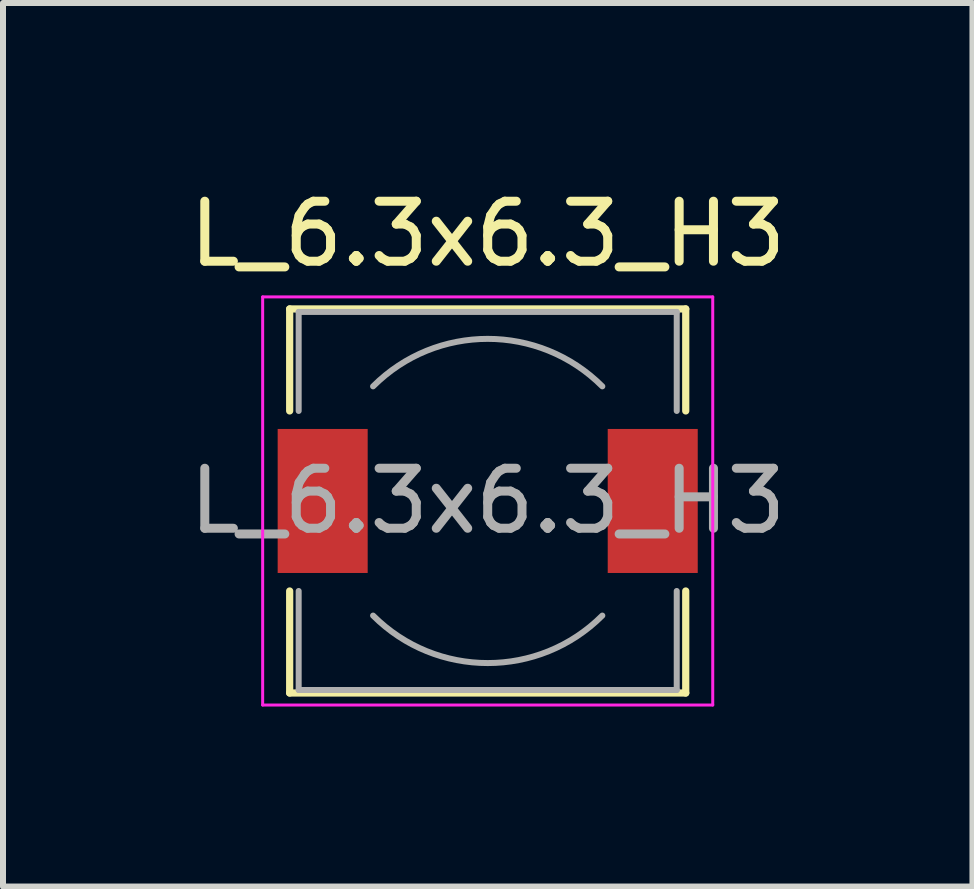
<source format=kicad_pcb>
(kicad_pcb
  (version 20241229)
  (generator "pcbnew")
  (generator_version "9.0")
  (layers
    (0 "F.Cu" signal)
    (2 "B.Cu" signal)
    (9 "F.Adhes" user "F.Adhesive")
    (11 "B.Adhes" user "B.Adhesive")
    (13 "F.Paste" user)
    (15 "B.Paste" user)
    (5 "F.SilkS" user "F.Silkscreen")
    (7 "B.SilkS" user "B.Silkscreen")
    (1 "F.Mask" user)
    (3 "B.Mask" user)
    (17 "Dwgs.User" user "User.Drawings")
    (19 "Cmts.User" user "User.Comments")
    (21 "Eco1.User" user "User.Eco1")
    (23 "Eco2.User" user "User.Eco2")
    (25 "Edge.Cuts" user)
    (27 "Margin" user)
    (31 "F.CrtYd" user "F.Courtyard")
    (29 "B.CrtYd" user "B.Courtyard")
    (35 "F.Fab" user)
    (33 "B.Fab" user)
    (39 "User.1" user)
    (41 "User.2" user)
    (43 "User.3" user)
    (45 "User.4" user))
  (footprint "L_6.3x6.3_H3"
    (layer "F.Cu")
    (at 5.077 5.298)
    (property "Reference" "L_6.3x6.3_H3" (at 0 -4.45 0) (layer "F.SilkS") (effects (font (size 1 1) (thickness 0.15))))
    (attr smd)
    (fp_line (start -3.3 -3.2) (end 3.3 -3.2) (stroke (width 0.12) (type solid)) (layer "F.SilkS"))
    (fp_line (start -3.3 -1.5) (end -3.3 -3.2) (stroke (width 0.12) (type solid)) (layer "F.SilkS"))
    (fp_line (start -3.3 3.2) (end -3.3 1.5) (stroke (width 0.12) (type solid)) (layer "F.SilkS"))
    (fp_line (start 3.3 -3.2) (end 3.3 -1.5) (stroke (width 0.12) (type solid)) (layer "F.SilkS"))
    (fp_line (start 3.3 1.5) (end 3.3 3.2) (stroke (width 0.12) (type solid)) (layer "F.SilkS"))
    (fp_line (start 3.3 3.2) (end -3.3 3.2) (stroke (width 0.12) (type solid)) (layer "F.SilkS"))
    (fp_line (start -3.75 -3.4) (end -3.75 3.4) (stroke (width 0.05) (type solid)) (layer "F.CrtYd"))
    (fp_line (start -3.75 3.4) (end 3.75 3.4) (stroke (width 0.05) (type solid)) (layer "F.CrtYd"))
    (fp_line (start 3.75 -3.4) (end -3.75 -3.4) (stroke (width 0.05) (type solid)) (layer "F.CrtYd"))
    (fp_line (start 3.75 3.4) (end 3.75 -3.4) (stroke (width 0.05) (type solid)) (layer "F.CrtYd"))
    (fp_line (start -3.15 -3.15) (end -3.15 -1.5) (stroke (width 0.1) (type solid)) (layer "F.Fab"))
    (fp_line (start -3.15 -3.15) (end 3.15 -3.15) (stroke (width 0.1) (type solid)) (layer "F.Fab"))
    (fp_line (start -3.15 3.15) (end -3.15 1.5) (stroke (width 0.1) (type solid)) (layer "F.Fab"))
    (fp_line (start -3.15 3.15) (end 3.15 3.15) (stroke (width 0.1) (type solid)) (layer "F.Fab"))
    (fp_line (start 3.15 -3.15) (end 3.15 -1.5) (stroke (width 0.1) (type solid)) (layer "F.Fab"))
    (fp_line (start 3.15 3.15) (end 3.15 1.5) (stroke (width 0.1) (type solid)) (layer "F.Fab"))
    (fp_arc (start -1.91 -1.91) (mid 0 -2.701148) (end 1.91 -1.91) (stroke (width 0.1) (type solid)) (layer "F.Fab"))
    (fp_arc (start 1.91 1.91) (mid 0 2.701148) (end -1.91 1.91) (stroke (width 0.1) (type solid)) (layer "F.Fab"))
    (fp_text user "${REFERENCE}" (at 0 0 0) (layer "F.Fab") (effects (font (size 1 1) (thickness 0.15))))
    (pad "1" smd rect (at -2.75 0) (size 1.5 2.4) (layers "F.Cu" "F.Mask" "F.Paste"))
    (pad "2" smd rect (at 2.75 0) (size 1.5 2.4) (layers "F.Cu" "F.Mask" "F.Paste")))
  (gr_rect
    (start -3 -3)
    (end 13.155 11.723)
    (stroke (width 0.1) (type default))
    (fill no)
    (layer "Edge.Cuts")))
</source>
